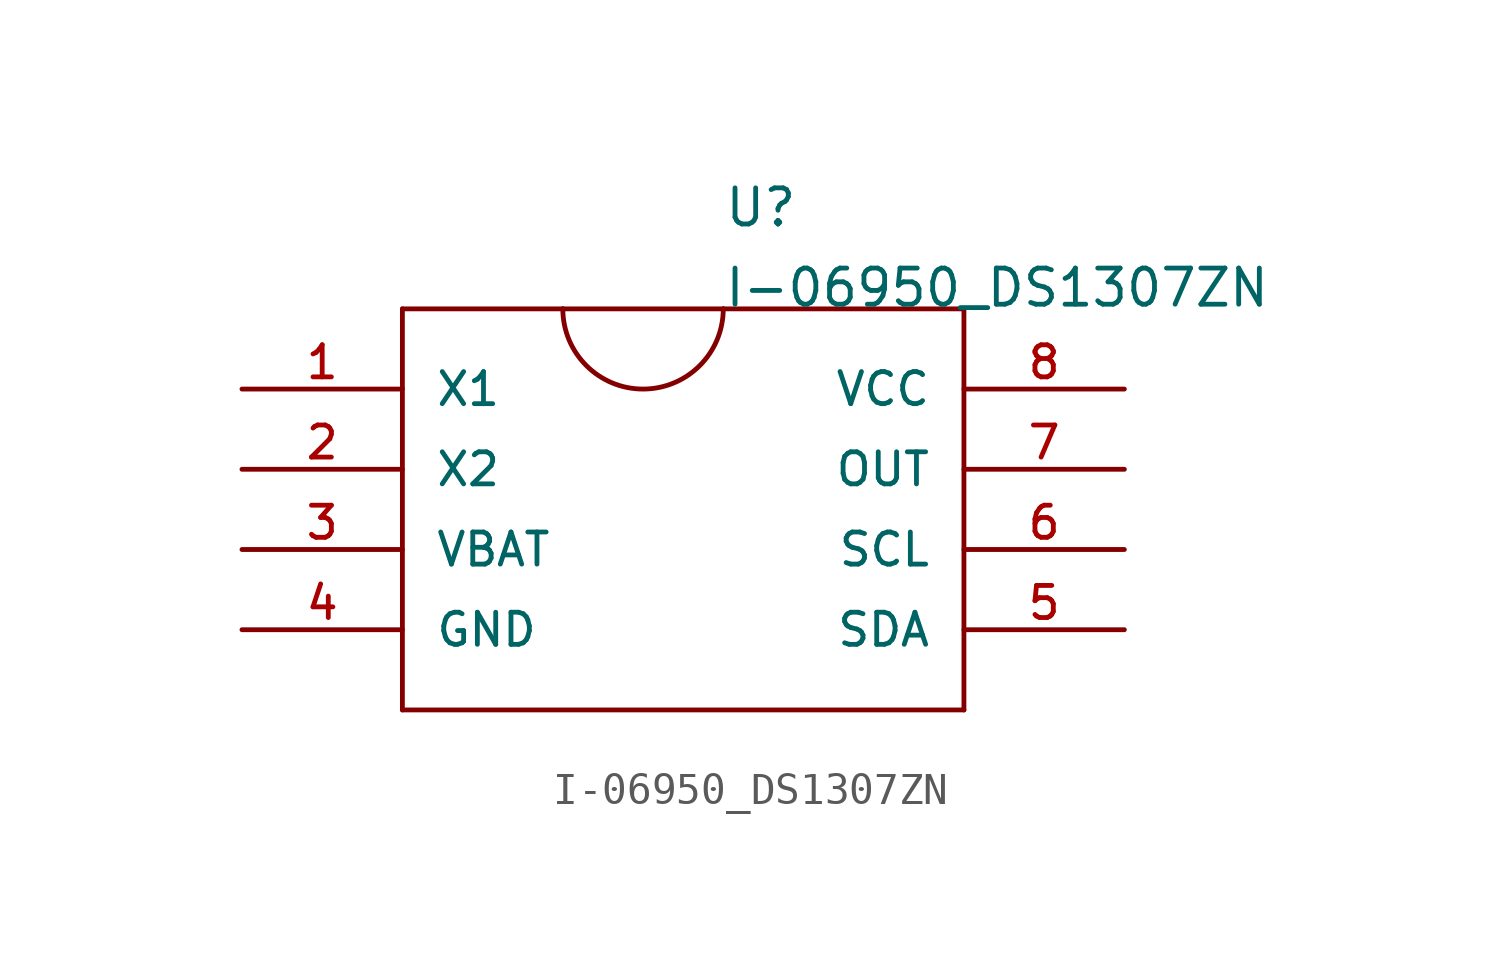
<source format=kicad_sym>
(kicad_symbol_lib
  (version 20211014)
  (generator kicad_symbol_editor)
  (symbol "I-06950_DS1307ZN"
    (pin_names
      (offset 1.016))
    (property "Reference" "U"
      (at 2.54 7.62 0)
      (effects (font (size 1.143 1.143)) (justify left bottom)))
    (property "Value" "I-06950_DS1307ZN"
      (at 2.54 5.08 0)
      (effects (font (size 1.143 1.143)) (justify left bottom)))
    (property "ki_locked" ""
      (at 0 0 0)
      (effects (font (size 1.27 1.27))))
    (symbol "I-06950_DS1307ZN_1_0"
      (polyline (pts (xy -7.62 -7.62) (xy -7.62 5.08)) (stroke (width 0) (type default) (color 0 0 0 0)) (fill (type none)))
      (polyline (pts (xy -7.62 5.08) (xy -2.54 5.08)) (stroke (width 0) (type default) (color 0 0 0 0)) (fill (type none)))
      (polyline (pts (xy -2.54 5.08) (xy 2.54 5.08)) (stroke (width 0) (type default) (color 0 0 0 0)) (fill (type none)))
      (polyline (pts (xy 2.54 5.08) (xy 10.16 5.08)) (stroke (width 0) (type default) (color 0 0 0 0)) (fill (type none)))
      (polyline (pts (xy 10.16 -7.62) (xy -7.62 -7.62)) (stroke (width 0) (type default) (color 0 0 0 0)) (fill (type none)))
      (polyline (pts (xy 10.16 5.08) (xy 10.16 -7.62)) (stroke (width 0) (type default) (color 0 0 0 0)) (fill (type none))))
    (symbol "I-06950_DS1307ZN_1_1"
      (arc (start -2.54 5.08) (mid 0 2.54) (end 2.54 5.08) (stroke (width 0) (type default) (color 0 0 0 0)) (fill (type none)))
      (pin bidirectional line (at -12.7 2.54 0) (length 5.08) (name "X1" (effects (font (size 1.016 1.016)))) (number "1" (effects (font (size 1.016 1.016)))))
      (pin bidirectional line (at -12.7 0 0) (length 5.08) (name "X2" (effects (font (size 1.016 1.016)))) (number "2" (effects (font (size 1.016 1.016)))))
      (pin bidirectional line (at -12.7 -2.54 0) (length 5.08) (name "VBAT" (effects (font (size 1.016 1.016)))) (number "3" (effects (font (size 1.016 1.016)))))
      (pin bidirectional line (at -12.7 -5.08 0) (length 5.08) (name "GND" (effects (font (size 1.016 1.016)))) (number "4" (effects (font (size 1.016 1.016)))))
      (pin bidirectional line (at 15.24 -5.08 180) (length 5.08) (name "SDA" (effects (font (size 1.016 1.016)))) (number "5" (effects (font (size 1.016 1.016)))))
      (pin bidirectional line (at 15.24 -2.54 180) (length 5.08) (name "SCL" (effects (font (size 1.016 1.016)))) (number "6" (effects (font (size 1.016 1.016)))))
      (pin bidirectional line (at 15.24 0 180) (length 5.08) (name "OUT" (effects (font (size 1.016 1.016)))) (number "7" (effects (font (size 1.016 1.016)))))
      (pin bidirectional line (at 15.24 2.54 180) (length 5.08) (name "VCC" (effects (font (size 1.016 1.016)))) (number "8" (effects (font (size 1.016 1.016))))))))
</source>
